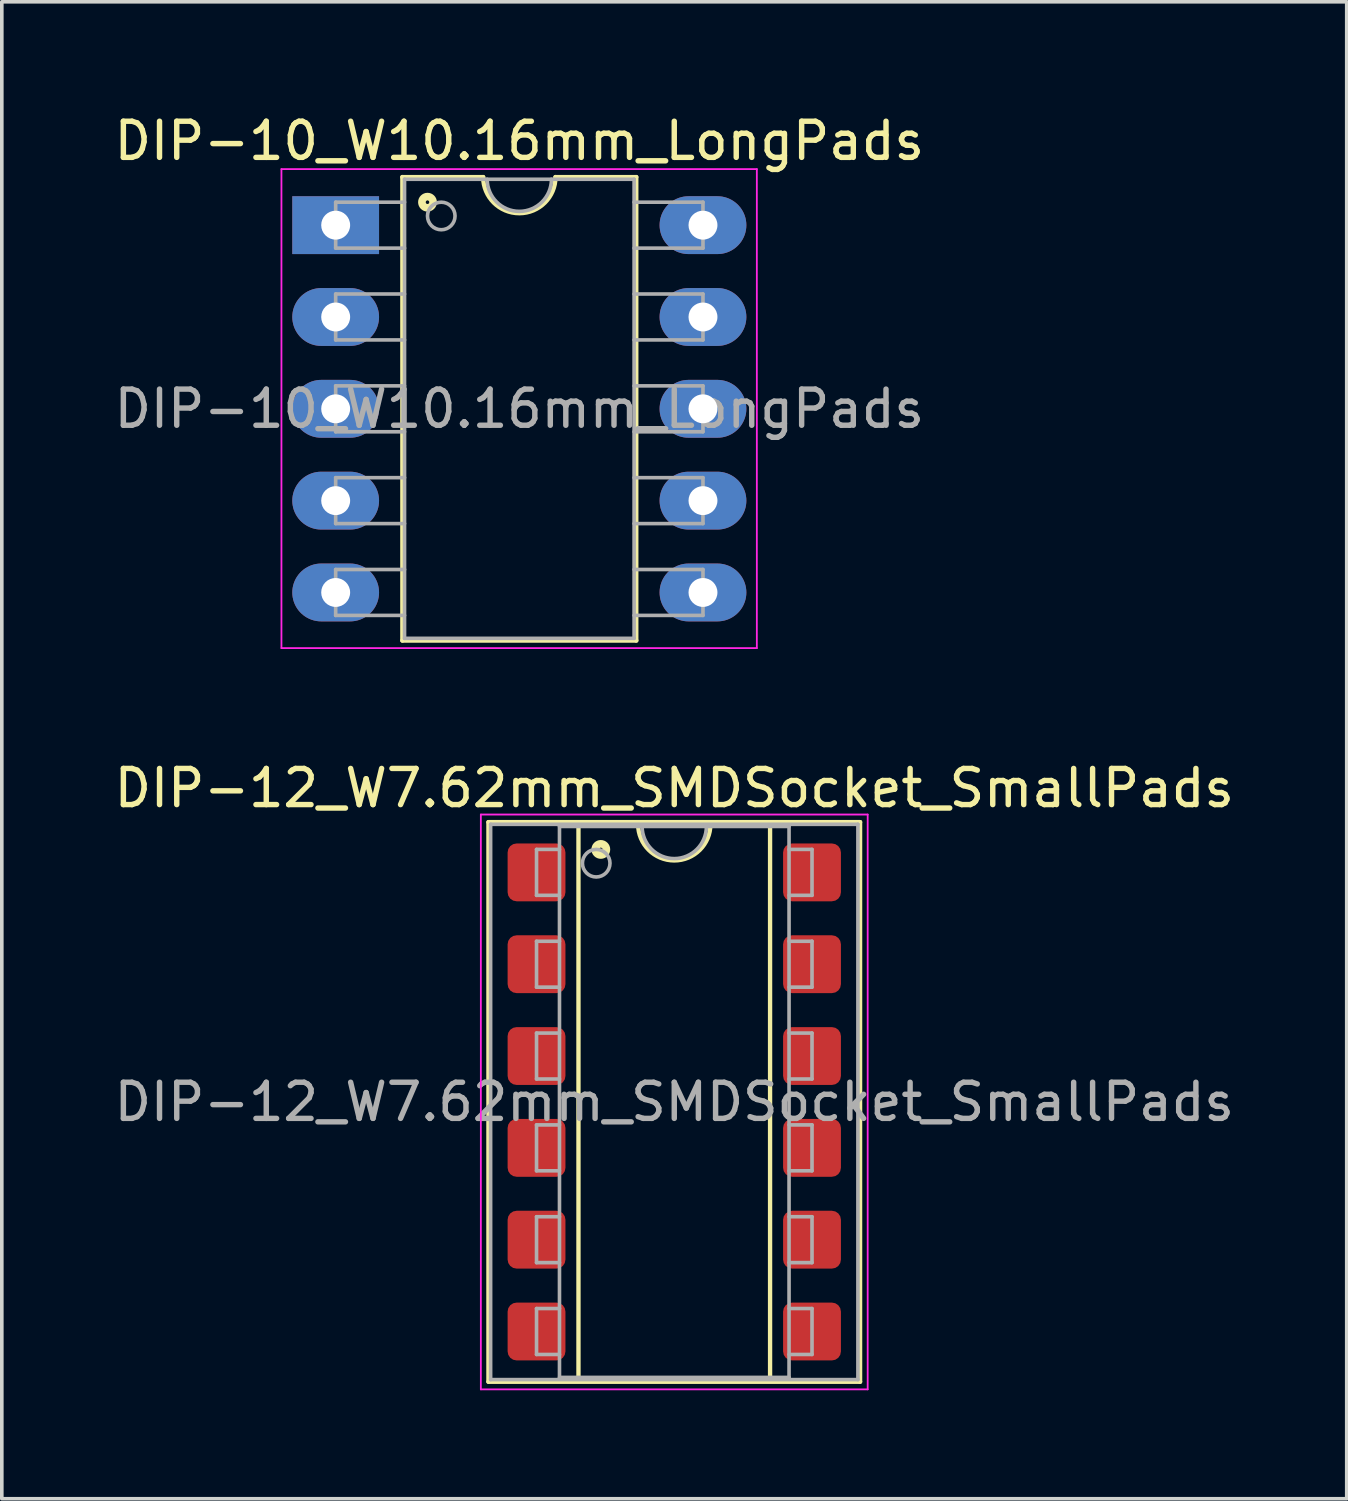
<source format=kicad_pcb>
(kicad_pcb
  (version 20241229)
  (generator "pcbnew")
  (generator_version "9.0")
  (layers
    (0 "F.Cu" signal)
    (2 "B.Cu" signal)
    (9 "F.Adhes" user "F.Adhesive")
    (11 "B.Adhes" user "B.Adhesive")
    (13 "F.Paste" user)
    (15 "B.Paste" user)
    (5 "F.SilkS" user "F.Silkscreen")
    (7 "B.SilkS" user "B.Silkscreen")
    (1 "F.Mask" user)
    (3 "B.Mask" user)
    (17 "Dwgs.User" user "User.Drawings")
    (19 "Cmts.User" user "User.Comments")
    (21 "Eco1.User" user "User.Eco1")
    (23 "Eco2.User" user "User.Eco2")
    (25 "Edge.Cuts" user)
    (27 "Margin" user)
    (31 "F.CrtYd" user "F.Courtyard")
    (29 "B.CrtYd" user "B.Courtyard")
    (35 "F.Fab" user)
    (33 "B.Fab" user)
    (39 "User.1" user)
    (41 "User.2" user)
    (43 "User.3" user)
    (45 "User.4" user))
  (footprint "DIP-12_W7.62mm_SMDSocket_SmallPads"
    (layer "F.Cu")
    (at 15.601 27.431)
    (property "Reference" "DIP-12_W7.62mm_SMDSocket_SmallPads" (at 0 -8.68 0) (layer "F.SilkS") (effects (font (size 1 1) (thickness 0.15))))
    (attr smd)
    (fp_line (start -5.14 -7.74) (end -5.14 7.74) (stroke (width 0.12) (type solid)) (layer "F.SilkS"))
    (fp_line (start -5.14 7.74) (end 5.14 7.74) (stroke (width 0.12) (type solid)) (layer "F.SilkS"))
    (fp_line (start -2.65 -7.68) (end -2.65 7.68) (stroke (width 0.12) (type solid)) (layer "F.SilkS"))
    (fp_line (start -2.65 7.68) (end 2.65 7.68) (stroke (width 0.12) (type solid)) (layer "F.SilkS"))
    (fp_line (start -1 -7.68) (end -2.65 -7.68) (stroke (width 0.12) (type solid)) (layer "F.SilkS"))
    (fp_line (start 2.65 -7.68) (end 1 -7.68) (stroke (width 0.12) (type solid)) (layer "F.SilkS"))
    (fp_line (start 2.65 7.68) (end 2.65 -7.68) (stroke (width 0.12) (type solid)) (layer "F.SilkS"))
    (fp_line (start 5.14 -7.74) (end -5.14 -7.74) (stroke (width 0.12) (type solid)) (layer "F.SilkS"))
    (fp_line (start 5.14 7.74) (end 5.14 -7.74) (stroke (width 0.12) (type solid)) (layer "F.SilkS"))
    (fp_arc (start 1 -7.68) (mid 0 -6.68) (end -1 -7.68) (stroke (width 0.12) (type solid)) (layer "F.SilkS"))
    (fp_circle (center -2.032 -6.985) (end -1.982 -6.985) (stroke (width 0.12) (type solid)) (fill no) (layer "F.SilkS"))
    (fp_circle (center -2.032 -6.985) (end -1.907 -6.985) (stroke (width 0.12) (type solid)) (fill no) (layer "F.SilkS"))
    (fp_circle (center -2.032 -6.985) (end -1.832 -6.985) (stroke (width 0.12) (type solid)) (fill no) (layer "F.SilkS"))
    (fp_line (start -5.35 -7.95) (end -5.35 7.95) (stroke (width 0.05) (type solid)) (layer "F.CrtYd"))
    (fp_line (start -5.35 7.95) (end 5.35 7.95) (stroke (width 0.05) (type solid)) (layer "F.CrtYd"))
    (fp_line (start 5.35 -7.95) (end -5.35 -7.95) (stroke (width 0.05) (type solid)) (layer "F.CrtYd"))
    (fp_line (start 5.35 7.95) (end 5.35 -7.95) (stroke (width 0.05) (type solid)) (layer "F.CrtYd"))
    (fp_line (start -5.08 -7.68) (end -5.08 7.68) (stroke (width 0.1) (type solid)) (layer "F.Fab"))
    (fp_line (start -5.08 7.68) (end 5.08 7.68) (stroke (width 0.1) (type solid)) (layer "F.Fab"))
    (fp_line (start -3.81 -6.985) (end -3.81 -5.715) (stroke (width 0.1) (type solid)) (layer "F.Fab"))
    (fp_line (start -3.81 -6.985) (end -3.175 -6.985) (stroke (width 0.1) (type solid)) (layer "F.Fab"))
    (fp_line (start -3.81 -5.715) (end -3.175 -5.715) (stroke (width 0.1) (type solid)) (layer "F.Fab"))
    (fp_line (start -3.81 -4.445) (end -3.81 -3.175) (stroke (width 0.1) (type solid)) (layer "F.Fab"))
    (fp_line (start -3.81 -4.445) (end -3.175 -4.445) (stroke (width 0.1) (type solid)) (layer "F.Fab"))
    (fp_line (start -3.81 -3.175) (end -3.175 -3.175) (stroke (width 0.1) (type solid)) (layer "F.Fab"))
    (fp_line (start -3.81 -1.905) (end -3.81 -0.635) (stroke (width 0.1) (type solid)) (layer "F.Fab"))
    (fp_line (start -3.81 -1.905) (end -3.175 -1.905) (stroke (width 0.1) (type solid)) (layer "F.Fab"))
    (fp_line (start -3.81 -0.635) (end -3.175 -0.635) (stroke (width 0.1) (type solid)) (layer "F.Fab"))
    (fp_line (start -3.81 0.635) (end -3.81 1.905) (stroke (width 0.1) (type solid)) (layer "F.Fab"))
    (fp_line (start -3.81 0.635) (end -3.175 0.635) (stroke (width 0.1) (type solid)) (layer "F.Fab"))
    (fp_line (start -3.81 1.905) (end -3.175 1.905) (stroke (width 0.1) (type solid)) (layer "F.Fab"))
    (fp_line (start -3.81 3.175) (end -3.81 4.445) (stroke (width 0.1) (type solid)) (layer "F.Fab"))
    (fp_line (start -3.81 3.175) (end -3.175 3.175) (stroke (width 0.1) (type solid)) (layer "F.Fab"))
    (fp_line (start -3.81 4.445) (end -3.175 4.445) (stroke (width 0.1) (type solid)) (layer "F.Fab"))
    (fp_line (start -3.81 5.715) (end -3.81 6.985) (stroke (width 0.1) (type solid)) (layer "F.Fab"))
    (fp_line (start -3.81 5.715) (end -3.175 5.715) (stroke (width 0.1) (type solid)) (layer "F.Fab"))
    (fp_line (start -3.81 6.985) (end -3.175 6.985) (stroke (width 0.1) (type solid)) (layer "F.Fab"))
    (fp_line (start -3.175 -7.62) (end 3.175 -7.62) (stroke (width 0.1) (type solid)) (layer "F.Fab"))
    (fp_line (start -3.175 7.62) (end -3.175 -7.62) (stroke (width 0.1) (type solid)) (layer "F.Fab"))
    (fp_line (start 3.175 -7.62) (end 3.175 7.62) (stroke (width 0.1) (type solid)) (layer "F.Fab"))
    (fp_line (start 3.175 7.62) (end -3.175 7.62) (stroke (width 0.1) (type solid)) (layer "F.Fab"))
    (fp_line (start 3.81 -6.985) (end 3.175 -6.985) (stroke (width 0.1) (type solid)) (layer "F.Fab"))
    (fp_line (start 3.81 -5.715) (end 3.175 -5.715) (stroke (width 0.1) (type solid)) (layer "F.Fab"))
    (fp_line (start 3.81 -5.715) (end 3.81 -6.985) (stroke (width 0.1) (type solid)) (layer "F.Fab"))
    (fp_line (start 3.81 -4.445) (end 3.175 -4.445) (stroke (width 0.1) (type solid)) (layer "F.Fab"))
    (fp_line (start 3.81 -3.175) (end 3.175 -3.175) (stroke (width 0.1) (type solid)) (layer "F.Fab"))
    (fp_line (start 3.81 -3.175) (end 3.81 -4.445) (stroke (width 0.1) (type solid)) (layer "F.Fab"))
    (fp_line (start 3.81 -1.905) (end 3.175 -1.905) (stroke (width 0.1) (type solid)) (layer "F.Fab"))
    (fp_line (start 3.81 -0.635) (end 3.175 -0.635) (stroke (width 0.1) (type solid)) (layer "F.Fab"))
    (fp_line (start 3.81 -0.635) (end 3.81 -1.905) (stroke (width 0.1) (type solid)) (layer "F.Fab"))
    (fp_line (start 3.81 0.635) (end 3.175 0.635) (stroke (width 0.1) (type solid)) (layer "F.Fab"))
    (fp_line (start 3.81 1.905) (end 3.175 1.905) (stroke (width 0.1) (type solid)) (layer "F.Fab"))
    (fp_line (start 3.81 1.905) (end 3.81 0.635) (stroke (width 0.1) (type solid)) (layer "F.Fab"))
    (fp_line (start 3.81 3.175) (end 3.175 3.175) (stroke (width 0.1) (type solid)) (layer "F.Fab"))
    (fp_line (start 3.81 4.445) (end 3.175 4.445) (stroke (width 0.1) (type solid)) (layer "F.Fab"))
    (fp_line (start 3.81 4.445) (end 3.81 3.175) (stroke (width 0.1) (type solid)) (layer "F.Fab"))
    (fp_line (start 3.81 5.715) (end 3.175 5.715) (stroke (width 0.1) (type solid)) (layer "F.Fab"))
    (fp_line (start 3.81 6.985) (end 3.175 6.985) (stroke (width 0.1) (type solid)) (layer "F.Fab"))
    (fp_line (start 3.81 6.985) (end 3.81 5.715) (stroke (width 0.1) (type solid)) (layer "F.Fab"))
    (fp_line (start 5.08 -7.68) (end -5.08 -7.68) (stroke (width 0.1) (type solid)) (layer "F.Fab"))
    (fp_line (start 5.08 7.68) (end 5.08 -7.68) (stroke (width 0.1) (type solid)) (layer "F.Fab"))
    (fp_arc (start 0.889 -7.62) (mid 0 -6.731) (end -0.889 -7.62) (stroke (width 0.1) (type solid)) (layer "F.Fab"))
    (fp_circle (center -2.159 -6.604) (end -1.778 -6.604) (stroke (width 0.1) (type solid)) (fill no) (layer "F.Fab"))
    (fp_text user "${REFERENCE}" (at 0 0 0) (layer "F.Fab") (effects (font (size 1 1) (thickness 0.15))))
    (pad "1" smd roundrect (at -3.81 -6.35) (size 1.6 1.6) (layers "F.Cu" "F.Mask" "F.Paste") (roundrect_rratio 0.156))
    (pad "2" smd roundrect (at -3.81 -3.81) (size 1.6 1.6) (layers "F.Cu" "F.Mask" "F.Paste") (roundrect_rratio 0.156))
    (pad "3" smd roundrect (at -3.81 -1.27) (size 1.6 1.6) (layers "F.Cu" "F.Mask" "F.Paste") (roundrect_rratio 0.156))
    (pad "4" smd roundrect (at -3.81 1.27) (size 1.6 1.6) (layers "F.Cu" "F.Mask" "F.Paste") (roundrect_rratio 0.156))
    (pad "5" smd roundrect (at -3.81 3.81) (size 1.6 1.6) (layers "F.Cu" "F.Mask" "F.Paste") (roundrect_rratio 0.156))
    (pad "6" smd roundrect (at -3.81 6.35) (size 1.6 1.6) (layers "F.Cu" "F.Mask" "F.Paste") (roundrect_rratio 0.156))
    (pad "7" smd roundrect (at 3.81 6.35) (size 1.6 1.6) (layers "F.Cu" "F.Mask" "F.Paste") (roundrect_rratio 0.156))
    (pad "8" smd roundrect (at 3.81 3.81) (size 1.6 1.6) (layers "F.Cu" "F.Mask" "F.Paste") (roundrect_rratio 0.156))
    (pad "9" smd roundrect (at 3.81 1.27) (size 1.6 1.6) (layers "F.Cu" "F.Mask" "F.Paste") (roundrect_rratio 0.156))
    (pad "10" smd roundrect (at 3.81 -1.27) (size 1.6 1.6) (layers "F.Cu" "F.Mask" "F.Paste") (roundrect_rratio 0.156))
    (pad "11" smd roundrect (at 3.81 -3.81) (size 1.6 1.6) (layers "F.Cu" "F.Mask" "F.Paste") (roundrect_rratio 0.156))
    (pad "12" smd roundrect (at 3.81 -6.35) (size 1.6 1.6) (layers "F.Cu" "F.Mask" "F.Paste") (roundrect_rratio 0.156)))
  (footprint "DIP-10_W10.16mm_LongPads"
    (layer "F.Cu")
    (at 6.235 3.178)
    (property "Reference" "DIP-10_W10.16mm_LongPads" (at 5.08 -2.33 0) (layer "F.SilkS") (effects (font (size 1 1) (thickness 0.15))))
    (attr through_hole)
    (fp_line (start 1.845 -1.33) (end 1.845 11.49) (stroke (width 0.12) (type solid)) (layer "F.SilkS"))
    (fp_line (start 1.845 11.49) (end 8.315 11.49) (stroke (width 0.12) (type solid)) (layer "F.SilkS"))
    (fp_line (start 4.08 -1.33) (end 1.845 -1.33) (stroke (width 0.12) (type solid)) (layer "F.SilkS"))
    (fp_line (start 8.315 -1.33) (end 6.08 -1.33) (stroke (width 0.12) (type solid)) (layer "F.SilkS"))
    (fp_line (start 8.315 11.49) (end 8.315 -1.33) (stroke (width 0.12) (type solid)) (layer "F.SilkS"))
    (fp_arc (start 6.08 -1.33) (mid 5.08 -0.33) (end 4.08 -1.33) (stroke (width 0.12) (type solid)) (layer "F.SilkS"))
    (fp_circle (center 2.54 -0.635) (end 2.59 -0.635) (stroke (width 0.12) (type solid)) (fill no) (layer "F.SilkS"))
    (fp_circle (center 2.54 -0.635) (end 2.665 -0.635) (stroke (width 0.12) (type solid)) (fill no) (layer "F.SilkS"))
    (fp_circle (center 2.54 -0.635) (end 2.74 -0.635) (stroke (width 0.12) (type solid)) (fill no) (layer "F.SilkS"))
    (fp_line (start -1.5 -1.55) (end -1.5 11.7) (stroke (width 0.05) (type solid)) (layer "F.CrtYd"))
    (fp_line (start -1.5 11.7) (end 11.65 11.7) (stroke (width 0.05) (type solid)) (layer "F.CrtYd"))
    (fp_line (start 11.65 -1.55) (end -1.5 -1.55) (stroke (width 0.05) (type solid)) (layer "F.CrtYd"))
    (fp_line (start 11.65 11.7) (end 11.65 -1.55) (stroke (width 0.05) (type solid)) (layer "F.CrtYd"))
    (fp_line (start 0 -0.635) (end 0 0.635) (stroke (width 0.1) (type solid)) (layer "F.Fab"))
    (fp_line (start 0 -0.635) (end 1.905 -0.635) (stroke (width 0.1) (type solid)) (layer "F.Fab"))
    (fp_line (start 0 0.635) (end 1.905 0.635) (stroke (width 0.1) (type solid)) (layer "F.Fab"))
    (fp_line (start 0 1.905) (end 0 3.175) (stroke (width 0.1) (type solid)) (layer "F.Fab"))
    (fp_line (start 0 1.905) (end 1.905 1.905) (stroke (width 0.1) (type solid)) (layer "F.Fab"))
    (fp_line (start 0 3.175) (end 1.905 3.175) (stroke (width 0.1) (type solid)) (layer "F.Fab"))
    (fp_line (start 0 4.445) (end 0 5.715) (stroke (width 0.1) (type solid)) (layer "F.Fab"))
    (fp_line (start 0 4.445) (end 1.905 4.445) (stroke (width 0.1) (type solid)) (layer "F.Fab"))
    (fp_line (start 0 5.715) (end 1.905 5.715) (stroke (width 0.1) (type solid)) (layer "F.Fab"))
    (fp_line (start 0 6.985) (end 0 8.255) (stroke (width 0.1) (type solid)) (layer "F.Fab"))
    (fp_line (start 0 6.985) (end 1.905 6.985) (stroke (width 0.1) (type solid)) (layer "F.Fab"))
    (fp_line (start 0 8.255) (end 1.905 8.255) (stroke (width 0.1) (type solid)) (layer "F.Fab"))
    (fp_line (start 0 9.525) (end 0 10.795) (stroke (width 0.1) (type solid)) (layer "F.Fab"))
    (fp_line (start 0 9.525) (end 1.905 9.525) (stroke (width 0.1) (type solid)) (layer "F.Fab"))
    (fp_line (start 0 10.795) (end 1.905 10.795) (stroke (width 0.1) (type solid)) (layer "F.Fab"))
    (fp_line (start 1.905 -1.27) (end 8.255 -1.27) (stroke (width 0.1) (type solid)) (layer "F.Fab"))
    (fp_line (start 1.905 11.43) (end 1.905 -1.27) (stroke (width 0.1) (type solid)) (layer "F.Fab"))
    (fp_line (start 8.255 -1.27) (end 8.255 11.43) (stroke (width 0.1) (type solid)) (layer "F.Fab"))
    (fp_line (start 8.255 11.43) (end 1.905 11.43) (stroke (width 0.1) (type solid)) (layer "F.Fab"))
    (fp_line (start 10.16 -0.635) (end 8.255 -0.635) (stroke (width 0.1) (type solid)) (layer "F.Fab"))
    (fp_line (start 10.16 0.635) (end 8.255 0.635) (stroke (width 0.1) (type solid)) (layer "F.Fab"))
    (fp_line (start 10.16 0.635) (end 10.16 -0.635) (stroke (width 0.1) (type solid)) (layer "F.Fab"))
    (fp_line (start 10.16 1.905) (end 8.255 1.905) (stroke (width 0.1) (type solid)) (layer "F.Fab"))
    (fp_line (start 10.16 3.175) (end 8.255 3.175) (stroke (width 0.1) (type solid)) (layer "F.Fab"))
    (fp_line (start 10.16 3.175) (end 10.16 1.905) (stroke (width 0.1) (type solid)) (layer "F.Fab"))
    (fp_line (start 10.16 4.445) (end 8.255 4.445) (stroke (width 0.1) (type solid)) (layer "F.Fab"))
    (fp_line (start 10.16 5.715) (end 8.255 5.715) (stroke (width 0.1) (type solid)) (layer "F.Fab"))
    (fp_line (start 10.16 5.715) (end 10.16 4.445) (stroke (width 0.1) (type solid)) (layer "F.Fab"))
    (fp_line (start 10.16 6.985) (end 8.255 6.985) (stroke (width 0.1) (type solid)) (layer "F.Fab"))
    (fp_line (start 10.16 8.255) (end 8.255 8.255) (stroke (width 0.1) (type solid)) (layer "F.Fab"))
    (fp_line (start 10.16 8.255) (end 10.16 6.985) (stroke (width 0.1) (type solid)) (layer "F.Fab"))
    (fp_line (start 10.16 9.525) (end 8.255 9.525) (stroke (width 0.1) (type solid)) (layer "F.Fab"))
    (fp_line (start 10.16 10.795) (end 8.255 10.795) (stroke (width 0.1) (type solid)) (layer "F.Fab"))
    (fp_line (start 10.16 10.795) (end 10.16 9.525) (stroke (width 0.1) (type solid)) (layer "F.Fab"))
    (fp_arc (start 5.969 -1.27) (mid 5.08 -0.381) (end 4.191 -1.27) (stroke (width 0.1) (type solid)) (layer "F.Fab"))
    (fp_circle (center 2.921 -0.254) (end 3.302 -0.254) (stroke (width 0.1) (type solid)) (fill no) (layer "F.Fab"))
    (fp_text user "${REFERENCE}" (at 5.08 5.08 0) (layer "F.Fab") (effects (font (size 1 1) (thickness 0.15))))
    (pad "1" thru_hole rect (at 0 0) (size 2.4 1.6) (drill 0.8) (layers "*.Cu" "*.Mask"))
    (pad "2" thru_hole oval (at 0 2.54) (size 2.4 1.6) (drill 0.8) (layers "*.Cu" "*.Mask"))
    (pad "3" thru_hole oval (at 0 5.08) (size 2.4 1.6) (drill 0.8) (layers "*.Cu" "*.Mask"))
    (pad "4" thru_hole oval (at 0 7.62) (size 2.4 1.6) (drill 0.8) (layers "*.Cu" "*.Mask"))
    (pad "5" thru_hole oval (at 0 10.16) (size 2.4 1.6) (drill 0.8) (layers "*.Cu" "*.Mask"))
    (pad "6" thru_hole oval (at 10.16 10.16) (size 2.4 1.6) (drill 0.8) (layers "*.Cu" "*.Mask"))
    (pad "7" thru_hole oval (at 10.16 7.62) (size 2.4 1.6) (drill 0.8) (layers "*.Cu" "*.Mask"))
    (pad "8" thru_hole oval (at 10.16 5.08) (size 2.4 1.6) (drill 0.8) (layers "*.Cu" "*.Mask"))
    (pad "9" thru_hole oval (at 10.16 2.54) (size 2.4 1.6) (drill 0.8) (layers "*.Cu" "*.Mask"))
    (pad "10" thru_hole oval (at 10.16 0) (size 2.4 1.6) (drill 0.8) (layers "*.Cu" "*.Mask")))
  (gr_rect
    (start -3 -3)
    (end 34.202 38.407)
    (stroke (width 0.1) (type default))
    (fill no)
    (layer "Edge.Cuts")))
</source>
